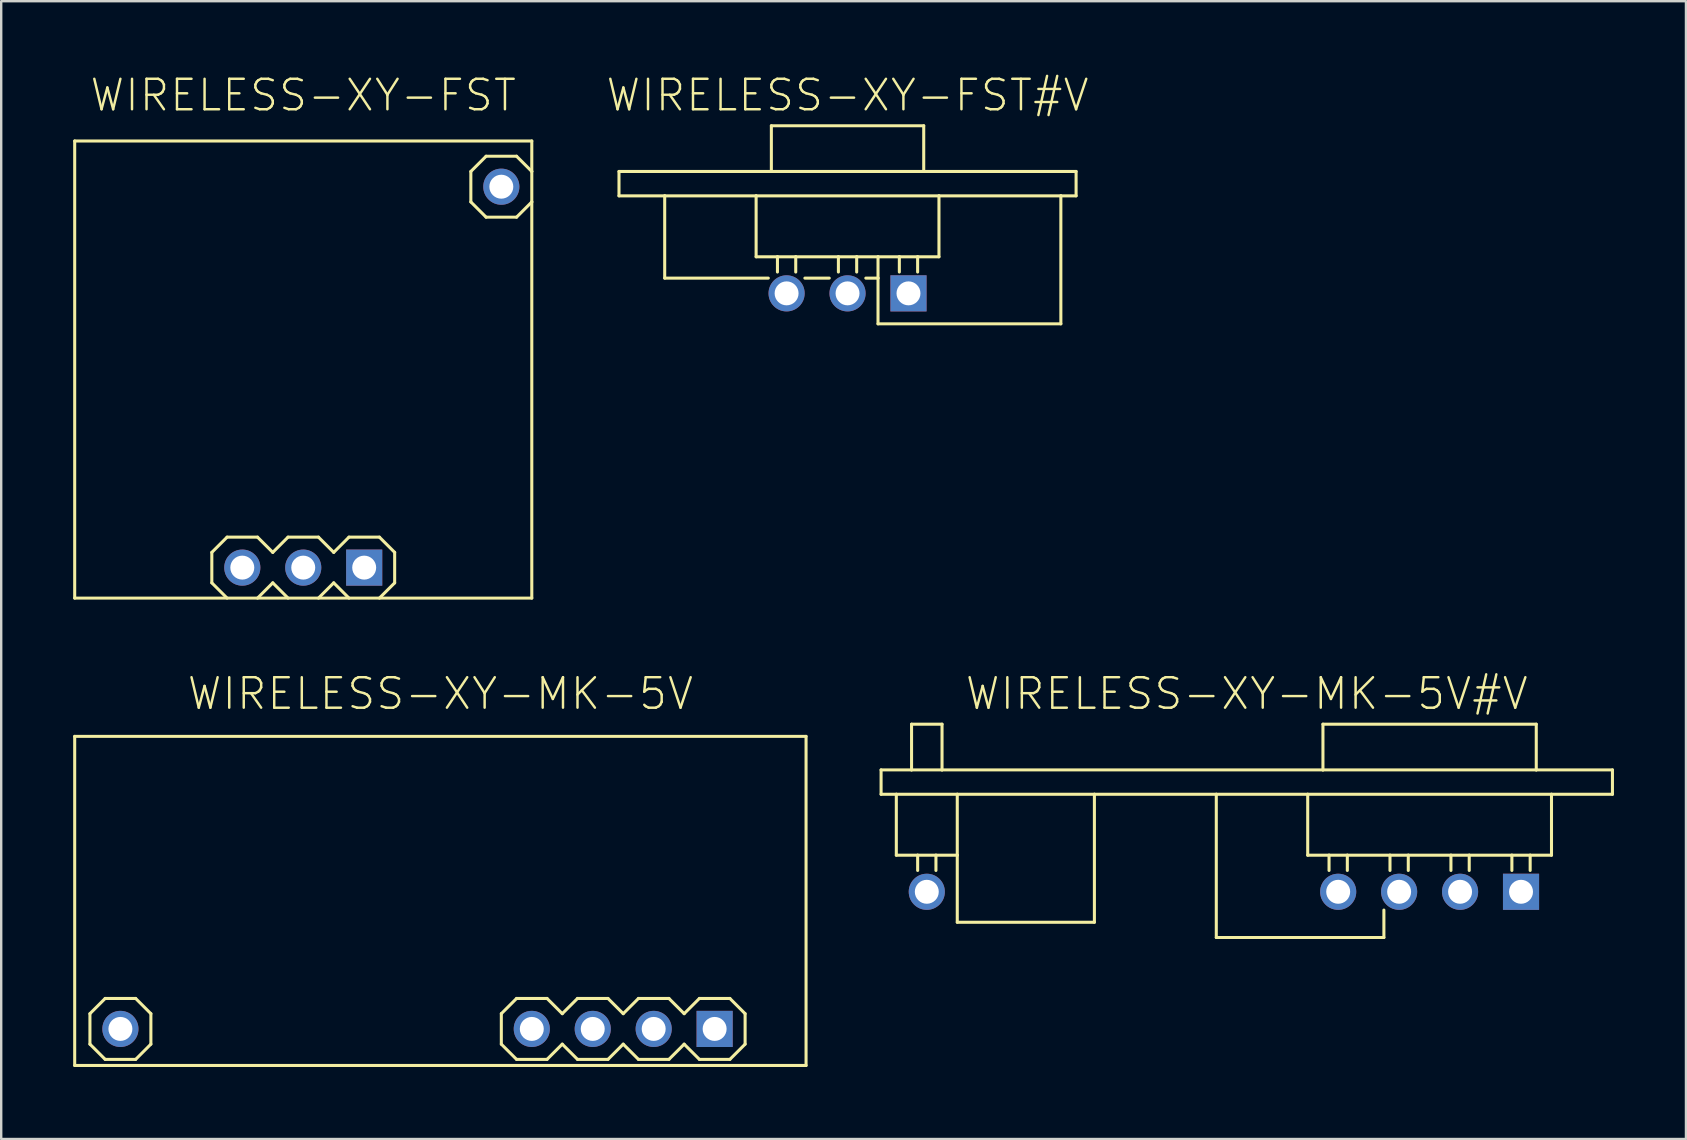
<source format=kicad_pcb>
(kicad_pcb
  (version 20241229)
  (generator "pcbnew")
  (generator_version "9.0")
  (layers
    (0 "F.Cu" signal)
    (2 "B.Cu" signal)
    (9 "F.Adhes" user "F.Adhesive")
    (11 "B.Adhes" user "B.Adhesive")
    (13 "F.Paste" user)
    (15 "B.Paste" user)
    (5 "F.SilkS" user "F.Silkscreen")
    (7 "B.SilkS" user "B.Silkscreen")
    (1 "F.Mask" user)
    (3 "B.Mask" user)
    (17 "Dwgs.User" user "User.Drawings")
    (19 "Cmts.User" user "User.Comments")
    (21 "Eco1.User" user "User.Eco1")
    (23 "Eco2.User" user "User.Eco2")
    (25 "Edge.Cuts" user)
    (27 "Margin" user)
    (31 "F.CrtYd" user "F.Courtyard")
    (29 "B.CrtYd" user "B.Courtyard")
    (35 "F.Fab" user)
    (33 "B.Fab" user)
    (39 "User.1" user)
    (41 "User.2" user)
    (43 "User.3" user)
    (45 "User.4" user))
  (footprint "WIRELESS-XY-MK-5V"
    (layer "F.Cu")
    (at 15.303 34.751)
    (property "Reference" "WIRELESS-XY-MK-5V" (at 0 -8.89 0) (layer "F.SilkS") (effects (font (size 1.27 1.27) (thickness 0.102))))
    (attr exclude_from_pos_files exclude_from_bom)
    (fp_line (start -15.24 -7.112) (end 15.24 -7.112) (stroke (width 0.127) (type solid)) (layer "F.SilkS"))
    (fp_line (start -15.24 6.604) (end -15.24 -7.112) (stroke (width 0.127) (type solid)) (layer "F.SilkS"))
    (fp_line (start -14.605 4.445) (end -13.97 3.81) (stroke (width 0.127) (type solid)) (layer "F.SilkS"))
    (fp_line (start -14.605 5.715) (end -14.605 4.445) (stroke (width 0.127) (type solid)) (layer "F.SilkS"))
    (fp_line (start -13.97 3.81) (end -12.7 3.81) (stroke (width 0.127) (type solid)) (layer "F.SilkS"))
    (fp_line (start -13.97 6.35) (end -14.605 5.715) (stroke (width 0.127) (type solid)) (layer "F.SilkS"))
    (fp_line (start -12.7 3.81) (end -12.065 4.445) (stroke (width 0.127) (type solid)) (layer "F.SilkS"))
    (fp_line (start -12.7 6.35) (end -13.97 6.35) (stroke (width 0.127) (type solid)) (layer "F.SilkS"))
    (fp_line (start -12.065 4.445) (end -12.065 5.715) (stroke (width 0.127) (type solid)) (layer "F.SilkS"))
    (fp_line (start -12.065 5.715) (end -12.7 6.35) (stroke (width 0.127) (type solid)) (layer "F.SilkS"))
    (fp_line (start 2.54 4.445) (end 3.175 3.81) (stroke (width 0.127) (type solid)) (layer "F.SilkS"))
    (fp_line (start 2.54 5.715) (end 2.54 4.445) (stroke (width 0.127) (type solid)) (layer "F.SilkS"))
    (fp_line (start 3.175 3.81) (end 4.445 3.81) (stroke (width 0.127) (type solid)) (layer "F.SilkS"))
    (fp_line (start 3.175 6.35) (end 2.54 5.715) (stroke (width 0.127) (type solid)) (layer "F.SilkS"))
    (fp_line (start 4.445 3.81) (end 5.08 4.445) (stroke (width 0.127) (type solid)) (layer "F.SilkS"))
    (fp_line (start 4.445 6.35) (end 3.175 6.35) (stroke (width 0.127) (type solid)) (layer "F.SilkS"))
    (fp_line (start 5.08 4.445) (end 5.715 3.81) (stroke (width 0.127) (type solid)) (layer "F.SilkS"))
    (fp_line (start 5.08 5.715) (end 4.445 6.35) (stroke (width 0.127) (type solid)) (layer "F.SilkS"))
    (fp_line (start 5.715 3.81) (end 6.985 3.81) (stroke (width 0.127) (type solid)) (layer "F.SilkS"))
    (fp_line (start 5.715 6.35) (end 5.08 5.715) (stroke (width 0.127) (type solid)) (layer "F.SilkS"))
    (fp_line (start 6.985 3.81) (end 7.62 4.445) (stroke (width 0.127) (type solid)) (layer "F.SilkS"))
    (fp_line (start 6.985 6.35) (end 5.715 6.35) (stroke (width 0.127) (type solid)) (layer "F.SilkS"))
    (fp_line (start 7.62 4.445) (end 8.255 3.81) (stroke (width 0.127) (type solid)) (layer "F.SilkS"))
    (fp_line (start 7.62 5.715) (end 6.985 6.35) (stroke (width 0.127) (type solid)) (layer "F.SilkS"))
    (fp_line (start 8.255 3.81) (end 9.525 3.81) (stroke (width 0.127) (type solid)) (layer "F.SilkS"))
    (fp_line (start 8.255 6.35) (end 7.62 5.715) (stroke (width 0.127) (type solid)) (layer "F.SilkS"))
    (fp_line (start 9.525 3.81) (end 10.16 4.445) (stroke (width 0.127) (type solid)) (layer "F.SilkS"))
    (fp_line (start 9.525 6.35) (end 8.255 6.35) (stroke (width 0.127) (type solid)) (layer "F.SilkS"))
    (fp_line (start 10.16 4.445) (end 10.795 3.81) (stroke (width 0.127) (type solid)) (layer "F.SilkS"))
    (fp_line (start 10.16 5.715) (end 9.525 6.35) (stroke (width 0.127) (type solid)) (layer "F.SilkS"))
    (fp_line (start 10.795 3.81) (end 12.065 3.81) (stroke (width 0.127) (type solid)) (layer "F.SilkS"))
    (fp_line (start 10.795 6.35) (end 10.16 5.715) (stroke (width 0.127) (type solid)) (layer "F.SilkS"))
    (fp_line (start 12.065 3.81) (end 12.7 4.445) (stroke (width 0.127) (type solid)) (layer "F.SilkS"))
    (fp_line (start 12.065 6.35) (end 10.795 6.35) (stroke (width 0.127) (type solid)) (layer "F.SilkS"))
    (fp_line (start 12.7 4.445) (end 12.7 5.715) (stroke (width 0.127) (type solid)) (layer "F.SilkS"))
    (fp_line (start 12.7 5.715) (end 12.065 6.35) (stroke (width 0.127) (type solid)) (layer "F.SilkS"))
    (fp_line (start 15.24 -7.112) (end 15.24 6.604) (stroke (width 0.127) (type solid)) (layer "F.SilkS"))
    (fp_line (start 15.24 6.604) (end -15.24 6.604) (stroke (width 0.127) (type solid)) (layer "F.SilkS"))
    (pad "1" thru_hole rect (at 11.43 5.08) (size 1.506 1.506) (drill 0.998) (layers "*.Cu" "*.Paste" "*.Mask"))
    (pad "2" thru_hole circle (at 8.89 5.08) (size 1.506 1.506) (drill 0.998) (layers "*.Cu" "*.Paste" "*.Mask"))
    (pad "3" thru_hole circle (at 6.35 5.08) (size 1.506 1.506) (drill 0.998) (layers "*.Cu" "*.Paste" "*.Mask"))
    (pad "4" thru_hole circle (at 3.81 5.08) (size 1.506 1.506) (drill 0.998) (layers "*.Cu" "*.Paste" "*.Mask"))
    (pad "ANT" thru_hole circle (at -13.335 5.08) (size 1.506 1.506) (drill 0.998) (layers "*.Cu" "*.Paste" "*.Mask")))
  (footprint "WIRELESS-XY-FST#V"
    (layer "F.Cu")
    (at 32.272 9.176)
    (property "Reference" "WIRELESS-XY-FST#V" (at 0 -8.255 0) (layer "F.SilkS") (effects (font (size 1.27 1.27) (thickness 0.102))))
    (attr exclude_from_pos_files exclude_from_bom)
    (fp_line (start -9.525 -5.08) (end -3.175 -5.08) (stroke (width 0.127) (type solid)) (layer "F.SilkS"))
    (fp_line (start -9.525 -4.064) (end -9.525 -5.08) (stroke (width 0.127) (type solid)) (layer "F.SilkS"))
    (fp_line (start -7.62 -4.064) (end -9.525 -4.064) (stroke (width 0.127) (type solid)) (layer "F.SilkS"))
    (fp_line (start -7.62 -4.064) (end -7.62 -0.635) (stroke (width 0.127) (type solid)) (layer "F.SilkS"))
    (fp_line (start -7.62 -0.635) (end -3.302 -0.635) (stroke (width 0.127) (type solid)) (layer "F.SilkS"))
    (fp_line (start -3.81 -4.064) (end -7.62 -4.064) (stroke (width 0.127) (type solid)) (layer "F.SilkS"))
    (fp_line (start -3.81 -1.524) (end -3.81 -4.064) (stroke (width 0.127) (type solid)) (layer "F.SilkS"))
    (fp_line (start -3.175 -6.985) (end -3.175 -5.08) (stroke (width 0.127) (type solid)) (layer "F.SilkS"))
    (fp_line (start -3.175 -5.08) (end 3.175 -5.08) (stroke (width 0.127) (type solid)) (layer "F.SilkS"))
    (fp_line (start -2.921 -1.524) (end -3.81 -1.524) (stroke (width 0.127) (type solid)) (layer "F.SilkS"))
    (fp_line (start -2.921 -1.524) (end -2.921 -0.889) (stroke (width 0.127) (type solid)) (layer "F.SilkS"))
    (fp_line (start -2.159 -1.524) (end -2.921 -1.524) (stroke (width 0.127) (type solid)) (layer "F.SilkS"))
    (fp_line (start -2.159 -1.524) (end -2.159 -0.889) (stroke (width 0.127) (type solid)) (layer "F.SilkS"))
    (fp_line (start -1.778 -0.635) (end -0.762 -0.635) (stroke (width 0.127) (type solid)) (layer "F.SilkS"))
    (fp_line (start -0.381 -1.524) (end -2.159 -1.524) (stroke (width 0.127) (type solid)) (layer "F.SilkS"))
    (fp_line (start -0.381 -1.524) (end -0.381 -0.889) (stroke (width 0.127) (type solid)) (layer "F.SilkS"))
    (fp_line (start 0.381 -1.524) (end -0.381 -1.524) (stroke (width 0.127) (type solid)) (layer "F.SilkS"))
    (fp_line (start 0.381 -1.524) (end 0.381 -0.889) (stroke (width 0.127) (type solid)) (layer "F.SilkS"))
    (fp_line (start 0.762 -0.635) (end 1.27 -0.635) (stroke (width 0.127) (type solid)) (layer "F.SilkS"))
    (fp_line (start 1.27 -1.524) (end 0.381 -1.524) (stroke (width 0.127) (type solid)) (layer "F.SilkS"))
    (fp_line (start 1.27 -0.635) (end 1.27 -1.524) (stroke (width 0.127) (type solid)) (layer "F.SilkS"))
    (fp_line (start 1.27 1.27) (end 1.27 -0.635) (stroke (width 0.127) (type solid)) (layer "F.SilkS"))
    (fp_line (start 2.159 -1.524) (end 1.27 -1.524) (stroke (width 0.127) (type solid)) (layer "F.SilkS"))
    (fp_line (start 2.159 -1.524) (end 2.159 -0.889) (stroke (width 0.127) (type solid)) (layer "F.SilkS"))
    (fp_line (start 2.921 -1.524) (end 2.159 -1.524) (stroke (width 0.127) (type solid)) (layer "F.SilkS"))
    (fp_line (start 2.921 -1.524) (end 2.921 -0.889) (stroke (width 0.127) (type solid)) (layer "F.SilkS"))
    (fp_line (start 3.175 -6.985) (end -3.175 -6.985) (stroke (width 0.127) (type solid)) (layer "F.SilkS"))
    (fp_line (start 3.175 -5.08) (end 3.175 -6.985) (stroke (width 0.127) (type solid)) (layer "F.SilkS"))
    (fp_line (start 3.175 -5.08) (end 9.525 -5.08) (stroke (width 0.127) (type solid)) (layer "F.SilkS"))
    (fp_line (start 3.81 -4.064) (end -3.81 -4.064) (stroke (width 0.127) (type solid)) (layer "F.SilkS"))
    (fp_line (start 3.81 -1.524) (end 2.921 -1.524) (stroke (width 0.127) (type solid)) (layer "F.SilkS"))
    (fp_line (start 3.81 -1.524) (end 3.81 -4.064) (stroke (width 0.127) (type solid)) (layer "F.SilkS"))
    (fp_line (start 8.89 -4.064) (end 3.81 -4.064) (stroke (width 0.127) (type solid)) (layer "F.SilkS"))
    (fp_line (start 8.89 -4.064) (end 8.89 1.27) (stroke (width 0.127) (type solid)) (layer "F.SilkS"))
    (fp_line (start 8.89 1.27) (end 1.27 1.27) (stroke (width 0.127) (type solid)) (layer "F.SilkS"))
    (fp_line (start 9.525 -5.08) (end 9.525 -4.064) (stroke (width 0.127) (type solid)) (layer "F.SilkS"))
    (fp_line (start 9.525 -4.064) (end 8.89 -4.064) (stroke (width 0.127) (type solid)) (layer "F.SilkS"))
    (pad "1" thru_hole rect (at 2.54 0) (size 1.506 1.506) (drill 0.998) (layers "*.Cu" "*.Paste" "*.Mask"))
    (pad "2" thru_hole circle (at 0 0) (size 1.506 1.506) (drill 0.998) (layers "*.Cu" "*.Paste" "*.Mask"))
    (pad "3" thru_hole circle (at -2.54 0) (size 1.506 1.506) (drill 0.998) (layers "*.Cu" "*.Paste" "*.Mask")))
  (footprint "WIRELESS-XY-FST"
    (layer "F.Cu")
    (at 9.588 11.716)
    (property "Reference" "WIRELESS-XY-FST" (at 0 -10.795 0) (layer "F.SilkS") (effects (font (size 1.27 1.27) (thickness 0.102))))
    (attr exclude_from_pos_files exclude_from_bom)
    (fp_line (start -9.525 -8.89) (end -9.525 10.16) (stroke (width 0.127) (type solid)) (layer "F.SilkS"))
    (fp_line (start -9.525 10.16) (end 9.525 10.16) (stroke (width 0.127) (type solid)) (layer "F.SilkS"))
    (fp_line (start -3.81 8.255) (end -3.175 7.62) (stroke (width 0.127) (type solid)) (layer "F.SilkS"))
    (fp_line (start -3.81 9.525) (end -3.81 8.255) (stroke (width 0.127) (type solid)) (layer "F.SilkS"))
    (fp_line (start -3.175 7.62) (end -1.905 7.62) (stroke (width 0.127) (type solid)) (layer "F.SilkS"))
    (fp_line (start -3.175 10.16) (end -3.81 9.525) (stroke (width 0.127) (type solid)) (layer "F.SilkS"))
    (fp_line (start -1.905 7.62) (end -1.27 8.255) (stroke (width 0.127) (type solid)) (layer "F.SilkS"))
    (fp_line (start -1.27 8.255) (end -0.635 7.62) (stroke (width 0.127) (type solid)) (layer "F.SilkS"))
    (fp_line (start -1.27 9.525) (end -1.905 10.16) (stroke (width 0.127) (type solid)) (layer "F.SilkS"))
    (fp_line (start -0.635 7.62) (end 0.635 7.62) (stroke (width 0.127) (type solid)) (layer "F.SilkS"))
    (fp_line (start -0.635 10.16) (end -1.27 9.525) (stroke (width 0.127) (type solid)) (layer "F.SilkS"))
    (fp_line (start 0.635 7.62) (end 1.27 8.255) (stroke (width 0.127) (type solid)) (layer "F.SilkS"))
    (fp_line (start 1.27 8.255) (end 1.905 7.62) (stroke (width 0.127) (type solid)) (layer "F.SilkS"))
    (fp_line (start 1.27 9.525) (end 0.635 10.16) (stroke (width 0.127) (type solid)) (layer "F.SilkS"))
    (fp_line (start 1.905 7.62) (end 3.175 7.62) (stroke (width 0.127) (type solid)) (layer "F.SilkS"))
    (fp_line (start 1.905 10.16) (end 1.27 9.525) (stroke (width 0.127) (type solid)) (layer "F.SilkS"))
    (fp_line (start 3.81 8.255) (end 3.175 7.62) (stroke (width 0.127) (type solid)) (layer "F.SilkS"))
    (fp_line (start 3.81 9.525) (end 3.175 10.16) (stroke (width 0.127) (type solid)) (layer "F.SilkS"))
    (fp_line (start 3.81 9.525) (end 3.81 8.255) (stroke (width 0.127) (type solid)) (layer "F.SilkS"))
    (fp_line (start 6.985 -7.62) (end 6.985 -6.35) (stroke (width 0.127) (type solid)) (layer "F.SilkS"))
    (fp_line (start 6.985 -6.35) (end 7.62 -5.715) (stroke (width 0.127) (type solid)) (layer "F.SilkS"))
    (fp_line (start 7.62 -8.255) (end 6.985 -7.62) (stroke (width 0.127) (type solid)) (layer "F.SilkS"))
    (fp_line (start 7.62 -5.715) (end 8.89 -5.715) (stroke (width 0.127) (type solid)) (layer "F.SilkS"))
    (fp_line (start 8.89 -8.255) (end 7.62 -8.255) (stroke (width 0.127) (type solid)) (layer "F.SilkS"))
    (fp_line (start 8.89 -5.715) (end 9.525 -6.35) (stroke (width 0.127) (type solid)) (layer "F.SilkS"))
    (fp_line (start 9.525 -8.89) (end -9.525 -8.89) (stroke (width 0.127) (type solid)) (layer "F.SilkS"))
    (fp_line (start 9.525 -7.62) (end 8.89 -8.255) (stroke (width 0.127) (type solid)) (layer "F.SilkS"))
    (fp_line (start 9.525 -7.62) (end 9.525 -8.89) (stroke (width 0.127) (type solid)) (layer "F.SilkS"))
    (fp_line (start 9.525 -6.35) (end 9.525 -7.62) (stroke (width 0.127) (type solid)) (layer "F.SilkS"))
    (fp_line (start 9.525 10.16) (end 9.525 -6.35) (stroke (width 0.127) (type solid)) (layer "F.SilkS"))
    (pad "1" thru_hole rect (at 2.54 8.89) (size 1.506 1.506) (drill 0.998) (layers "*.Cu" "*.Paste" "*.Mask"))
    (pad "2" thru_hole circle (at 0 8.89) (size 1.506 1.506) (drill 0.998) (layers "*.Cu" "*.Paste" "*.Mask"))
    (pad "3" thru_hole circle (at -2.54 8.89) (size 1.506 1.506) (drill 0.998) (layers "*.Cu" "*.Paste" "*.Mask"))
    (pad "ANT" thru_hole circle (at 8.255 -6.985) (size 1.506 1.506) (drill 0.998) (layers "*.Cu" "*.Paste" "*.Mask")))
  (footprint "WIRELESS-XY-MK-5V#V"
    (layer "F.Cu")
    (at 48.91 34.116)
    (property "Reference" "WIRELESS-XY-MK-5V#V" (at 0 -8.255 0) (layer "F.SilkS") (effects (font (size 1.27 1.27) (thickness 0.102))))
    (attr exclude_from_pos_files exclude_from_bom)
    (fp_line (start -15.24 -5.08) (end -13.97 -5.08) (stroke (width 0.127) (type solid)) (layer "F.SilkS"))
    (fp_line (start -15.24 -4.064) (end -15.24 -5.08) (stroke (width 0.127) (type solid)) (layer "F.SilkS"))
    (fp_line (start -14.605 -4.064) (end -15.24 -4.064) (stroke (width 0.127) (type solid)) (layer "F.SilkS"))
    (fp_line (start -14.605 -1.524) (end -14.605 -4.064) (stroke (width 0.127) (type solid)) (layer "F.SilkS"))
    (fp_line (start -13.97 -6.985) (end -13.97 -5.08) (stroke (width 0.127) (type solid)) (layer "F.SilkS"))
    (fp_line (start -13.97 -5.08) (end -12.7 -5.08) (stroke (width 0.127) (type solid)) (layer "F.SilkS"))
    (fp_line (start -13.716 -1.524) (end -14.605 -1.524) (stroke (width 0.127) (type solid)) (layer "F.SilkS"))
    (fp_line (start -13.716 -1.524) (end -13.716 -0.889) (stroke (width 0.127) (type solid)) (layer "F.SilkS"))
    (fp_line (start -12.954 -1.524) (end -13.716 -1.524) (stroke (width 0.127) (type solid)) (layer "F.SilkS"))
    (fp_line (start -12.954 -1.524) (end -12.954 -0.889) (stroke (width 0.127) (type solid)) (layer "F.SilkS"))
    (fp_line (start -12.7 -6.985) (end -13.97 -6.985) (stroke (width 0.127) (type solid)) (layer "F.SilkS"))
    (fp_line (start -12.7 -5.08) (end -12.7 -6.985) (stroke (width 0.127) (type solid)) (layer "F.SilkS"))
    (fp_line (start -12.7 -5.08) (end 3.175 -5.08) (stroke (width 0.127) (type solid)) (layer "F.SilkS"))
    (fp_line (start -12.065 -4.064) (end -14.605 -4.064) (stroke (width 0.127) (type solid)) (layer "F.SilkS"))
    (fp_line (start -12.065 -4.064) (end -12.065 -1.524) (stroke (width 0.127) (type solid)) (layer "F.SilkS"))
    (fp_line (start -12.065 -1.524) (end -12.954 -1.524) (stroke (width 0.127) (type solid)) (layer "F.SilkS"))
    (fp_line (start -12.065 1.27) (end -12.065 -1.524) (stroke (width 0.127) (type solid)) (layer "F.SilkS"))
    (fp_line (start -6.35 -4.064) (end -12.065 -4.064) (stroke (width 0.127) (type solid)) (layer "F.SilkS"))
    (fp_line (start -6.35 -4.064) (end -6.35 1.27) (stroke (width 0.127) (type solid)) (layer "F.SilkS"))
    (fp_line (start -6.35 1.27) (end -12.065 1.27) (stroke (width 0.127) (type solid)) (layer "F.SilkS"))
    (fp_line (start -1.27 -4.064) (end -6.35 -4.064) (stroke (width 0.127) (type solid)) (layer "F.SilkS"))
    (fp_line (start -1.27 1.905) (end -1.27 -4.064) (stroke (width 0.127) (type solid)) (layer "F.SilkS"))
    (fp_line (start 2.54 -4.064) (end -1.27 -4.064) (stroke (width 0.127) (type solid)) (layer "F.SilkS"))
    (fp_line (start 2.54 -1.524) (end 2.54 -4.064) (stroke (width 0.127) (type solid)) (layer "F.SilkS"))
    (fp_line (start 3.175 -6.985) (end 3.175 -5.08) (stroke (width 0.127) (type solid)) (layer "F.SilkS"))
    (fp_line (start 3.175 -5.08) (end 12.065 -5.08) (stroke (width 0.127) (type solid)) (layer "F.SilkS"))
    (fp_line (start 3.429 -1.524) (end 2.54 -1.524) (stroke (width 0.127) (type solid)) (layer "F.SilkS"))
    (fp_line (start 3.429 -1.524) (end 3.429 -0.889) (stroke (width 0.127) (type solid)) (layer "F.SilkS"))
    (fp_line (start 4.191 -1.524) (end 3.429 -1.524) (stroke (width 0.127) (type solid)) (layer "F.SilkS"))
    (fp_line (start 4.191 -1.524) (end 4.191 -0.889) (stroke (width 0.127) (type solid)) (layer "F.SilkS"))
    (fp_line (start 5.715 0.762) (end 5.715 1.905) (stroke (width 0.127) (type solid)) (layer "F.SilkS"))
    (fp_line (start 5.715 1.905) (end -1.27 1.905) (stroke (width 0.127) (type solid)) (layer "F.SilkS"))
    (fp_line (start 5.969 -1.524) (end 4.191 -1.524) (stroke (width 0.127) (type solid)) (layer "F.SilkS"))
    (fp_line (start 5.969 -1.524) (end 5.969 -0.889) (stroke (width 0.127) (type solid)) (layer "F.SilkS"))
    (fp_line (start 6.731 -1.524) (end 5.969 -1.524) (stroke (width 0.127) (type solid)) (layer "F.SilkS"))
    (fp_line (start 6.731 -1.524) (end 6.731 -0.889) (stroke (width 0.127) (type solid)) (layer "F.SilkS"))
    (fp_line (start 8.509 -1.524) (end 6.731 -1.524) (stroke (width 0.127) (type solid)) (layer "F.SilkS"))
    (fp_line (start 8.509 -1.524) (end 8.509 -0.889) (stroke (width 0.127) (type solid)) (layer "F.SilkS"))
    (fp_line (start 9.271 -1.524) (end 8.509 -1.524) (stroke (width 0.127) (type solid)) (layer "F.SilkS"))
    (fp_line (start 9.271 -1.524) (end 9.271 -0.889) (stroke (width 0.127) (type solid)) (layer "F.SilkS"))
    (fp_line (start 11.049 -1.524) (end 9.271 -1.524) (stroke (width 0.127) (type solid)) (layer "F.SilkS"))
    (fp_line (start 11.049 -1.524) (end 11.049 -0.889) (stroke (width 0.127) (type solid)) (layer "F.SilkS"))
    (fp_line (start 11.811 -1.524) (end 11.049 -1.524) (stroke (width 0.127) (type solid)) (layer "F.SilkS"))
    (fp_line (start 11.811 -1.524) (end 11.811 -0.889) (stroke (width 0.127) (type solid)) (layer "F.SilkS"))
    (fp_line (start 12.065 -6.985) (end 3.175 -6.985) (stroke (width 0.127) (type solid)) (layer "F.SilkS"))
    (fp_line (start 12.065 -5.08) (end 12.065 -6.985) (stroke (width 0.127) (type solid)) (layer "F.SilkS"))
    (fp_line (start 12.065 -5.08) (end 15.24 -5.08) (stroke (width 0.127) (type solid)) (layer "F.SilkS"))
    (fp_line (start 12.7 -4.064) (end 2.54 -4.064) (stroke (width 0.127) (type solid)) (layer "F.SilkS"))
    (fp_line (start 12.7 -4.064) (end 12.7 -1.524) (stroke (width 0.127) (type solid)) (layer "F.SilkS"))
    (fp_line (start 12.7 -1.524) (end 11.811 -1.524) (stroke (width 0.127) (type solid)) (layer "F.SilkS"))
    (fp_line (start 15.24 -5.08) (end 15.24 -4.064) (stroke (width 0.127) (type solid)) (layer "F.SilkS"))
    (fp_line (start 15.24 -4.064) (end 12.7 -4.064) (stroke (width 0.127) (type solid)) (layer "F.SilkS"))
    (pad "1" thru_hole rect (at 11.43 0) (size 1.506 1.506) (drill 0.998) (layers "*.Cu" "*.Paste" "*.Mask"))
    (pad "2" thru_hole circle (at 8.89 0) (size 1.506 1.506) (drill 0.998) (layers "*.Cu" "*.Paste" "*.Mask"))
    (pad "3" thru_hole circle (at 6.35 0) (size 1.506 1.506) (drill 0.998) (layers "*.Cu" "*.Paste" "*.Mask"))
    (pad "4" thru_hole circle (at 3.81 0) (size 1.506 1.506) (drill 0.998) (layers "*.Cu" "*.Paste" "*.Mask"))
    (pad "ANT" thru_hole circle (at -13.335 0) (size 1.506 1.506) (drill 0.998) (layers "*.Cu" "*.Paste" "*.Mask")))
  (gr_rect
    (start -3 -3)
    (end 67.214 44.419)
    (stroke (width 0.1) (type default))
    (fill no)
    (layer "Edge.Cuts")))
</source>
